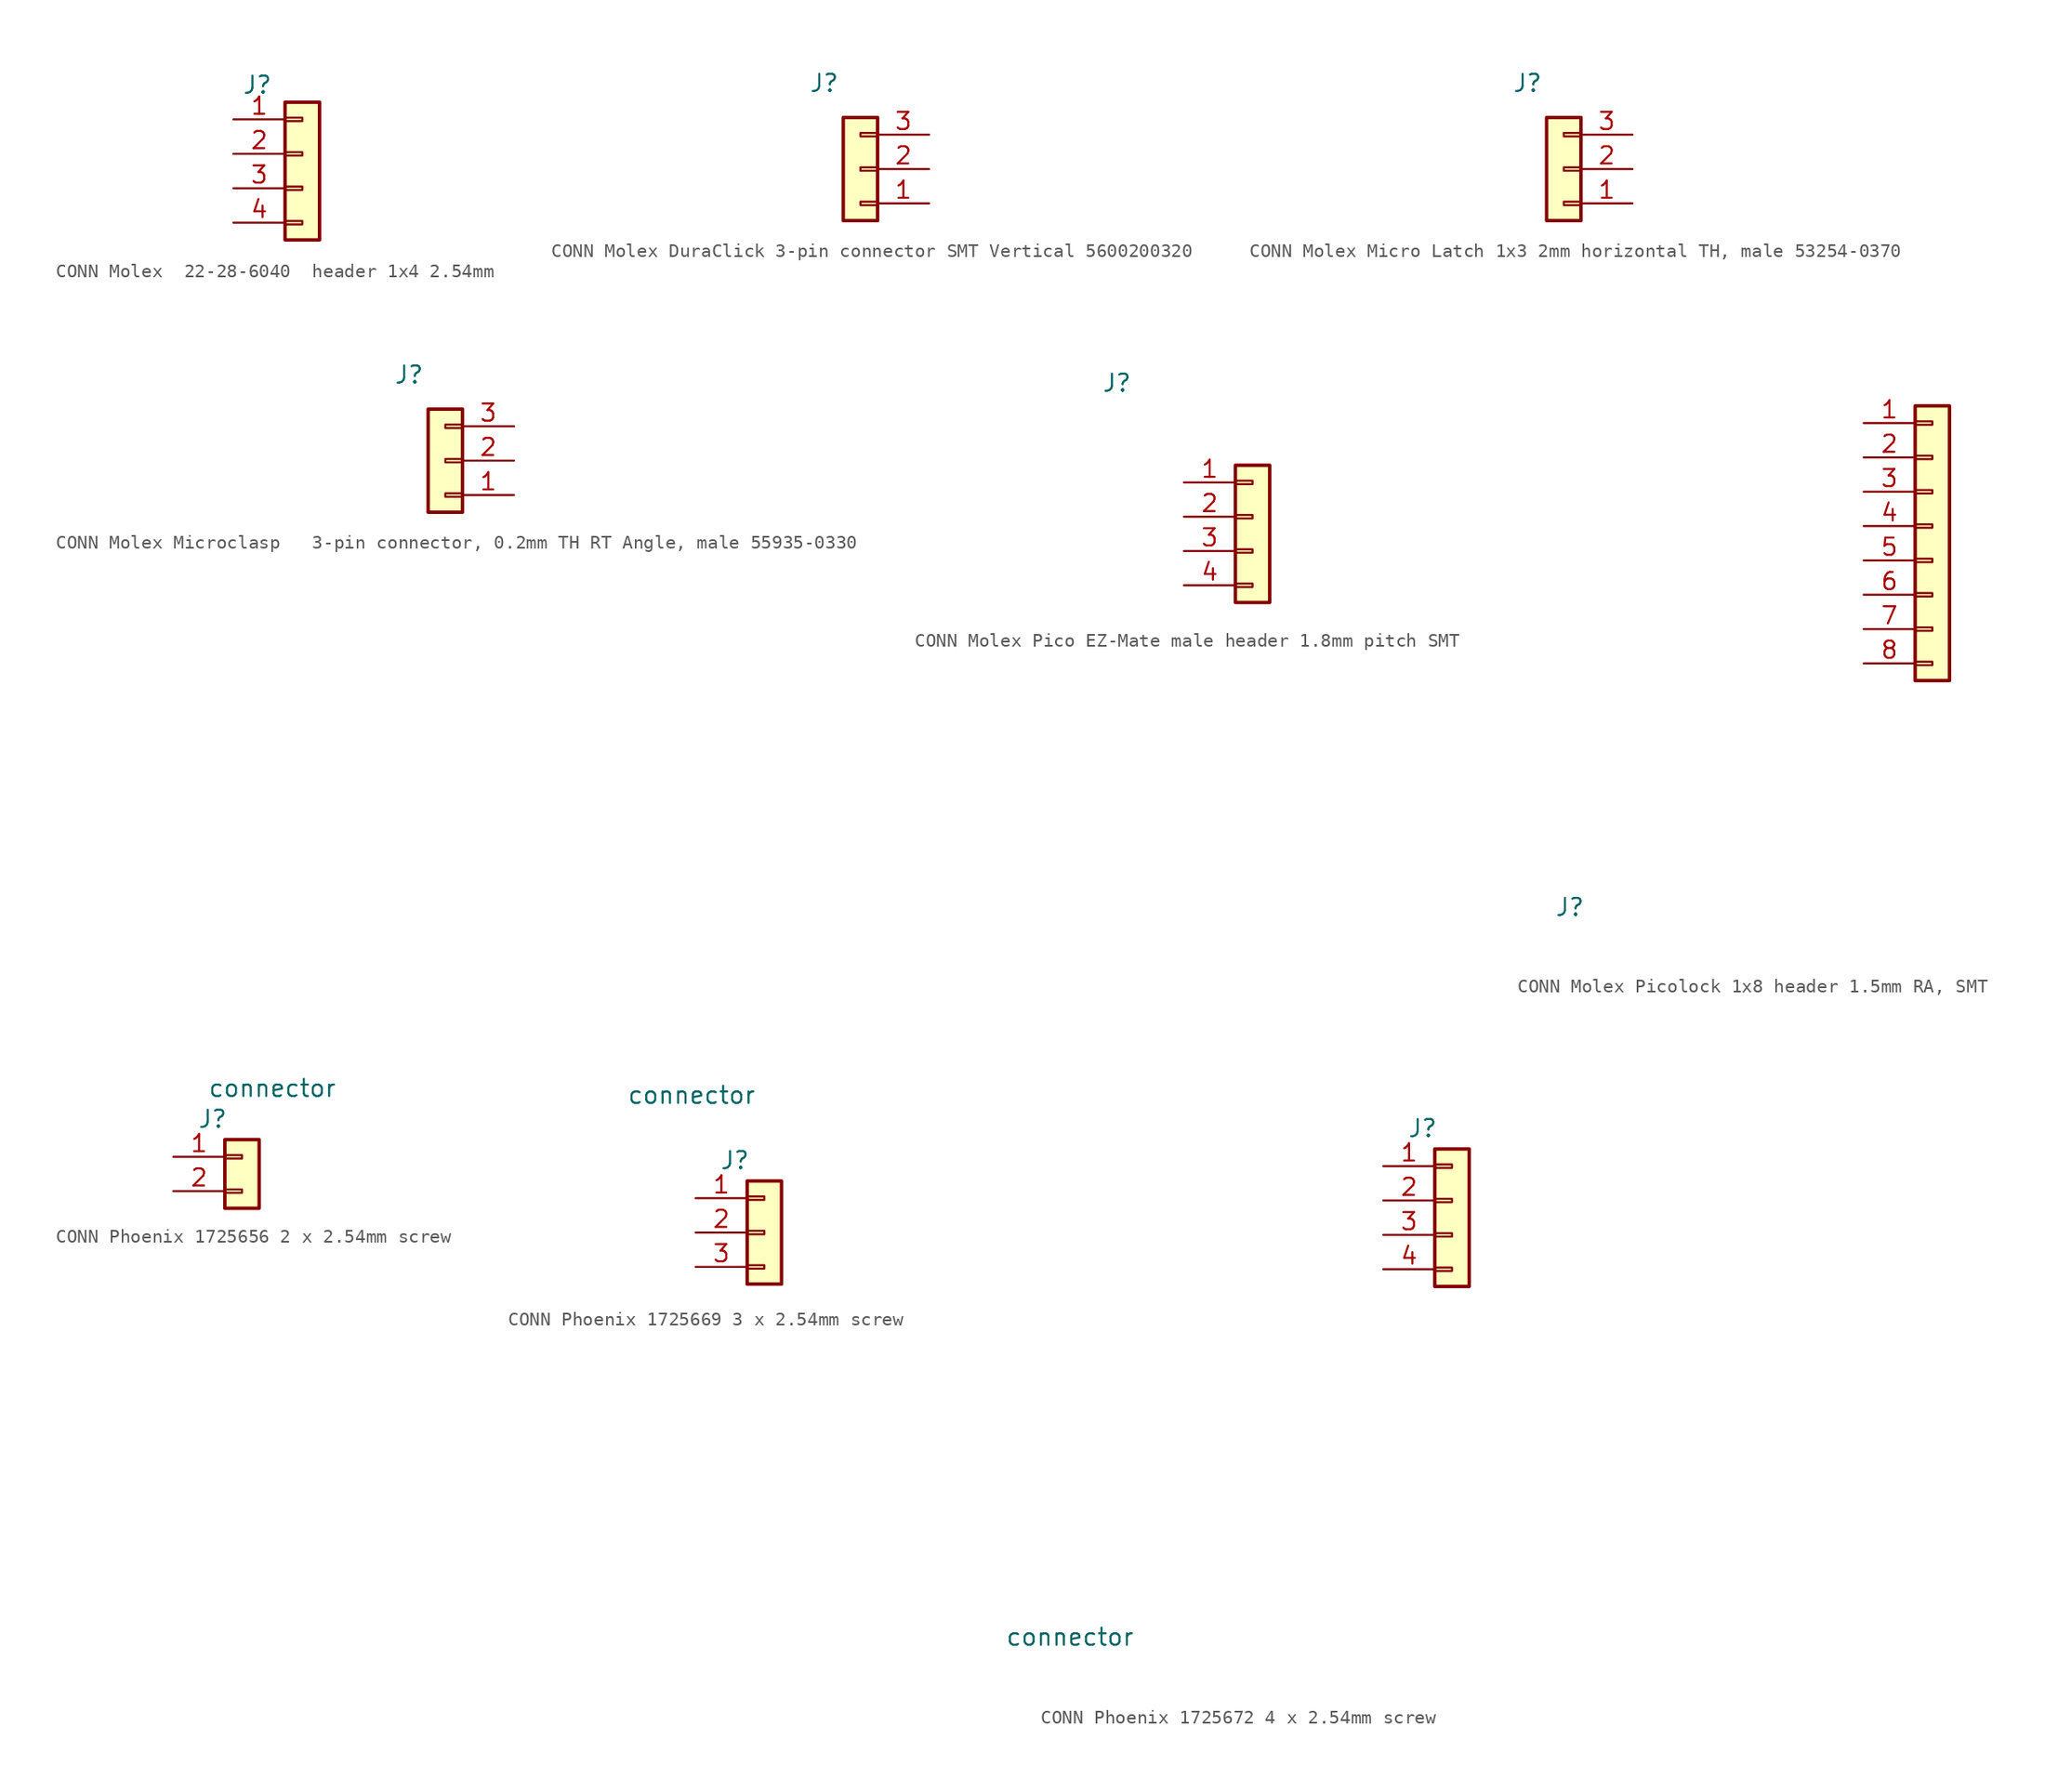
<source format=kicad_sym>
(kicad_symbol_lib
  (version 20241209)
  (generator "kicad_symbol_editor")
  (generator_version "9.0")
  (symbol "CONN Molex  22-28-6040  header 1x4 2.54mm"
    (pin_names
      (offset 0)
      (hide yes))
    (property "Reference" "J"
      (at 0.635 2.54 0)
      (effects (font (size 1.27 1.27)) (justify left)))
    (symbol "CONN Molex  22-28-6040  header 1x4 2.54mm_1_1"
      (rectangle (start 3.81 1.27) (end 6.35 -8.89) (stroke (width 0.254) (type default)) (fill (type background)))
      (rectangle (start 3.81 0.127) (end 5.08 -0.127) (stroke (width 0.152) (type default)) (fill (type none)))
      (rectangle (start 3.81 -2.413) (end 5.08 -2.667) (stroke (width 0.152) (type default)) (fill (type none)))
      (rectangle (start 3.81 -4.953) (end 5.08 -5.207) (stroke (width 0.152) (type default)) (fill (type none)))
      (rectangle (start 3.81 -7.493) (end 5.08 -7.747) (stroke (width 0.152) (type default)) (fill (type none)))
      (pin passive line (at 0 0 0) (length 3.81) (name "Pin_1" (effects (font (size 1.27 1.27)))) (number "1" (effects (font (size 1.27 1.27)))))
      (pin passive line (at 0 -2.54 0) (length 3.81) (name "Pin_2" (effects (font (size 1.27 1.27)))) (number "2" (effects (font (size 1.27 1.27)))))
      (pin passive line (at 0 -5.08 0) (length 3.81) (name "Pin_3" (effects (font (size 1.27 1.27)))) (number "3" (effects (font (size 1.27 1.27)))))
      (pin passive line (at 0 -7.62 0) (length 3.81) (name "Pin_4" (effects (font (size 1.27 1.27)))) (number "4" (effects (font (size 1.27 1.27)))))))
  (symbol "CONN Molex DuraClick 3-pin connector SMT Vertical 5600200320"
    (pin_names
      (offset 0)
      (hide yes))
    (property "Reference" "J"
      (at -5.08 6.35 0)
      (effects (font (size 1.27 1.27)) (justify left)))
    (symbol "CONN Molex DuraClick 3-pin connector SMT Vertical 5600200320_1_1"
      (rectangle (start 0 2.413) (end -1.27 2.667) (stroke (width 0.152) (type default)) (fill (type none)))
      (rectangle (start 0 -0.127) (end -1.27 0.127) (stroke (width 0.152) (type default)) (fill (type none)))
      (rectangle (start 0 -2.667) (end -1.27 -2.413) (stroke (width 0.152) (type default)) (fill (type none)))
      (rectangle (start 0 -3.81) (end -2.54 3.81) (stroke (width 0.254) (type default)) (fill (type background)))
      (pin passive line (at 3.81 2.54 180) (length 3.81) (name "Pin_3" (effects (font (size 1.27 1.27)))) (number "3" (effects (font (size 1.27 1.27)))))
      (pin passive line (at 3.81 0 180) (length 3.81) (name "Pin_2" (effects (font (size 1.27 1.27)))) (number "2" (effects (font (size 1.27 1.27)))))
      (pin passive line (at 3.81 -2.54 180) (length 3.81) (name "Pin_1" (effects (font (size 1.27 1.27)))) (number "1" (effects (font (size 1.27 1.27)))))))
  (symbol "CONN Molex Micro Latch 1x3 2mm horizontal TH, male 53254-0370"
    (pin_names
      (offset 0)
      (hide yes))
    (property "Reference" "J"
      (at -5.08 6.35 0)
      (effects (font (size 1.27 1.27)) (justify left)))
    (symbol "CONN Molex Micro Latch 1x3 2mm horizontal TH, male 53254-0370_1_1"
      (rectangle (start 0 2.413) (end -1.27 2.667) (stroke (width 0.152) (type default)) (fill (type none)))
      (rectangle (start 0 -0.127) (end -1.27 0.127) (stroke (width 0.152) (type default)) (fill (type none)))
      (rectangle (start 0 -2.667) (end -1.27 -2.413) (stroke (width 0.152) (type default)) (fill (type none)))
      (rectangle (start 0 -3.81) (end -2.54 3.81) (stroke (width 0.254) (type default)) (fill (type background)))
      (pin passive line (at 3.81 2.54 180) (length 3.81) (name "Pin_3" (effects (font (size 1.27 1.27)))) (number "3" (effects (font (size 1.27 1.27)))))
      (pin passive line (at 3.81 0 180) (length 3.81) (name "Pin_2" (effects (font (size 1.27 1.27)))) (number "2" (effects (font (size 1.27 1.27)))))
      (pin passive line (at 3.81 -2.54 180) (length 3.81) (name "Pin_1" (effects (font (size 1.27 1.27)))) (number "1" (effects (font (size 1.27 1.27)))))))
  (symbol "CONN Molex Microclasp   3-pin connector, 0.2mm TH RT Angle, male 55935-0330"
    (pin_names
      (offset 0)
      (hide yes))
    (property "Reference" "J"
      (at -5.08 6.35 0)
      (effects (font (size 1.27 1.27)) (justify left)))
    (symbol "CONN Molex Microclasp   3-pin connector, 0.2mm TH RT Angle, male 55935-0330_1_1"
      (rectangle (start 0 2.413) (end -1.27 2.667) (stroke (width 0.152) (type default)) (fill (type none)))
      (rectangle (start 0 -0.127) (end -1.27 0.127) (stroke (width 0.152) (type default)) (fill (type none)))
      (rectangle (start 0 -2.667) (end -1.27 -2.413) (stroke (width 0.152) (type default)) (fill (type none)))
      (rectangle (start 0 -3.81) (end -2.54 3.81) (stroke (width 0.254) (type default)) (fill (type background)))
      (pin passive line (at 3.81 2.54 180) (length 3.81) (name "Pin_3" (effects (font (size 1.27 1.27)))) (number "3" (effects (font (size 1.27 1.27)))))
      (pin passive line (at 3.81 0 180) (length 3.81) (name "Pin_2" (effects (font (size 1.27 1.27)))) (number "2" (effects (font (size 1.27 1.27)))))
      (pin passive line (at 3.81 -2.54 180) (length 3.81) (name "Pin_1" (effects (font (size 1.27 1.27)))) (number "1" (effects (font (size 1.27 1.27)))))))
  (symbol "CONN Molex Pico EZ-Mate male header 1.8mm pitch SMT"
    (pin_names
      (offset 0)
      (hide yes))
    (property "Reference" "J"
      (at -9.906 11.176 0)
      (effects (font (size 1.27 1.27)) (justify left)))
    (symbol "CONN Molex Pico EZ-Mate male header 1.8mm pitch SMT_1_1"
      (rectangle (start 0 5.08) (end 2.54 -5.08) (stroke (width 0.254) (type default)) (fill (type background)))
      (rectangle (start 0 3.937) (end 1.27 3.683) (stroke (width 0.152) (type default)) (fill (type none)))
      (rectangle (start 0 1.397) (end 1.27 1.143) (stroke (width 0.152) (type default)) (fill (type none)))
      (rectangle (start 0 -1.143) (end 1.27 -1.397) (stroke (width 0.152) (type default)) (fill (type none)))
      (rectangle (start 0 -3.683) (end 1.27 -3.937) (stroke (width 0.152) (type default)) (fill (type none)))
      (pin passive line (at -3.81 3.81 0) (length 3.81) (name "Pin_1" (effects (font (size 1.27 1.27)))) (number "1" (effects (font (size 1.27 1.27)))))
      (pin passive line (at -3.81 1.27 0) (length 3.81) (name "Pin_2" (effects (font (size 1.27 1.27)))) (number "2" (effects (font (size 1.27 1.27)))))
      (pin passive line (at -3.81 -1.27 0) (length 3.81) (name "Pin_3" (effects (font (size 1.27 1.27)))) (number "3" (effects (font (size 1.27 1.27)))))
      (pin passive line (at -3.81 -3.81 0) (length 3.81) (name "Pin_4" (effects (font (size 1.27 1.27)))) (number "4" (effects (font (size 1.27 1.27)))))))
  (symbol "CONN Molex Picolock 1x8 header 1.5mm RA, SMT"
    (pin_names
      (offset 0)
      (hide yes))
    (property "Reference" "J"
      (at -26.67 -28.194 0)
      (effects (font (size 1.27 1.27)) (justify left)))
    (symbol "CONN Molex Picolock 1x8 header 1.5mm RA, SMT_1_1"
      (rectangle (start 0 8.89) (end 2.54 -11.43) (stroke (width 0.254) (type default)) (fill (type background)))
      (rectangle (start 0 7.747) (end 1.27 7.493) (stroke (width 0.152) (type default)) (fill (type none)))
      (rectangle (start 0 5.207) (end 1.27 4.953) (stroke (width 0.152) (type default)) (fill (type none)))
      (rectangle (start 0 2.667) (end 1.27 2.413) (stroke (width 0.152) (type default)) (fill (type none)))
      (rectangle (start 0 0.127) (end 1.27 -0.127) (stroke (width 0.152) (type default)) (fill (type none)))
      (rectangle (start 0 -2.413) (end 1.27 -2.667) (stroke (width 0.152) (type default)) (fill (type none)))
      (rectangle (start 0 -4.953) (end 1.27 -5.207) (stroke (width 0.152) (type default)) (fill (type none)))
      (rectangle (start 0 -7.493) (end 1.27 -7.747) (stroke (width 0.152) (type default)) (fill (type none)))
      (rectangle (start 0 -10.033) (end 1.27 -10.287) (stroke (width 0.152) (type default)) (fill (type none)))
      (pin passive line (at -3.81 7.62 0) (length 3.81) (name "Pin_1" (effects (font (size 1.27 1.27)))) (number "1" (effects (font (size 1.27 1.27)))))
      (pin passive line (at -3.81 5.08 0) (length 3.81) (name "Pin_2" (effects (font (size 1.27 1.27)))) (number "2" (effects (font (size 1.27 1.27)))))
      (pin passive line (at -3.81 2.54 0) (length 3.81) (name "Pin_3" (effects (font (size 1.27 1.27)))) (number "3" (effects (font (size 1.27 1.27)))))
      (pin passive line (at -3.81 0 0) (length 3.81) (name "Pin_4" (effects (font (size 1.27 1.27)))) (number "4" (effects (font (size 1.27 1.27)))))
      (pin passive line (at -3.81 -2.54 0) (length 3.81) (name "Pin_5" (effects (font (size 1.27 1.27)))) (number "5" (effects (font (size 1.27 1.27)))))
      (pin passive line (at -3.81 -5.08 0) (length 3.81) (name "Pin_6" (effects (font (size 1.27 1.27)))) (number "6" (effects (font (size 1.27 1.27)))))
      (pin passive line (at -3.81 -7.62 0) (length 3.81) (name "Pin_7" (effects (font (size 1.27 1.27)))) (number "7" (effects (font (size 1.27 1.27)))))
      (pin passive line (at -3.81 -10.16 0) (length 3.81) (name "Pin_8" (effects (font (size 1.27 1.27)))) (number "8" (effects (font (size 1.27 1.27)))))))
  (symbol "CONN Phoenix 1725656 2 x 2.54mm screw"
    (pin_names
      (offset 0)
      (hide yes))
    (property "Reference" "J"
      (at 1.778 2.794 0)
      (effects (font (size 1.27 1.27)) (justify left)))
    (property "Value" "connector"
      (at 2.54 5.08 0)
      (effects (font (size 1.27 1.27)) (justify left)))
    (symbol "CONN Phoenix 1725656 2 x 2.54mm screw_1_1"
      (rectangle (start 3.81 1.27) (end 6.35 -3.81) (stroke (width 0.254) (type default)) (fill (type background)))
      (rectangle (start 3.81 0.127) (end 5.08 -0.127) (stroke (width 0.152) (type default)) (fill (type none)))
      (rectangle (start 3.81 -2.413) (end 5.08 -2.667) (stroke (width 0.152) (type default)) (fill (type none)))
      (pin passive line (at 0 0 0) (length 3.81) (name "Pin_1" (effects (font (size 1.27 1.27)))) (number "1" (effects (font (size 1.27 1.27)))))
      (pin passive line (at 0 -2.54 0) (length 3.81) (name "Pin_2" (effects (font (size 1.27 1.27)))) (number "2" (effects (font (size 1.27 1.27)))))))
  (symbol "CONN Phoenix 1725669 3 x 2.54mm screw"
    (pin_names
      (offset 0)
      (hide yes))
    (property "Reference" "J"
      (at 1.778 2.794 0)
      (effects (font (size 1.27 1.27)) (justify left)))
    (property "Value" "connector"
      (at -5.08 7.62 0)
      (effects (font (size 1.27 1.27)) (justify left)))
    (symbol "CONN Phoenix 1725669 3 x 2.54mm screw_1_1"
      (rectangle (start 3.81 1.27) (end 6.35 -6.35) (stroke (width 0.254) (type default)) (fill (type background)))
      (rectangle (start 3.81 0.127) (end 5.08 -0.127) (stroke (width 0.152) (type default)) (fill (type none)))
      (rectangle (start 3.81 -2.413) (end 5.08 -2.667) (stroke (width 0.152) (type default)) (fill (type none)))
      (rectangle (start 3.81 -4.953) (end 5.08 -5.207) (stroke (width 0.152) (type default)) (fill (type none)))
      (pin passive line (at 0 0 0) (length 3.81) (name "Pin_1" (effects (font (size 1.27 1.27)))) (number "1" (effects (font (size 1.27 1.27)))))
      (pin passive line (at 0 -2.54 0) (length 3.81) (name "Pin_2" (effects (font (size 1.27 1.27)))) (number "2" (effects (font (size 1.27 1.27)))))
      (pin passive line (at 0 -5.08 0) (length 3.81) (name "Pin_3" (effects (font (size 1.27 1.27)))) (number "3" (effects (font (size 1.27 1.27)))))))
  (symbol "CONN Phoenix 1725672 4 x 2.54mm screw"
    (pin_names
      (offset 0)
      (hide yes))
    (property "Reference" "J"
      (at 1.778 2.794 0)
      (effects (font (size 1.27 1.27)) (justify left)))
    (property "Value" "connector"
      (at -27.94 -34.798 0)
      (effects (font (size 1.27 1.27)) (justify left)))
    (symbol "CONN Phoenix 1725672 4 x 2.54mm screw_1_1"
      (rectangle (start 3.81 1.27) (end 6.35 -8.89) (stroke (width 0.254) (type default)) (fill (type background)))
      (rectangle (start 3.81 0.127) (end 5.08 -0.127) (stroke (width 0.152) (type default)) (fill (type none)))
      (rectangle (start 3.81 -2.413) (end 5.08 -2.667) (stroke (width 0.152) (type default)) (fill (type none)))
      (rectangle (start 3.81 -4.953) (end 5.08 -5.207) (stroke (width 0.152) (type default)) (fill (type none)))
      (rectangle (start 3.81 -7.493) (end 5.08 -7.747) (stroke (width 0.152) (type default)) (fill (type none)))
      (pin passive line (at 0 0 0) (length 3.81) (name "Pin_1" (effects (font (size 1.27 1.27)))) (number "1" (effects (font (size 1.27 1.27)))))
      (pin passive line (at 0 -2.54 0) (length 3.81) (name "Pin_2" (effects (font (size 1.27 1.27)))) (number "2" (effects (font (size 1.27 1.27)))))
      (pin passive line (at 0 -5.08 0) (length 3.81) (name "Pin_3" (effects (font (size 1.27 1.27)))) (number "3" (effects (font (size 1.27 1.27)))))
      (pin passive line (at 0 -7.62 0) (length 3.81) (name "Pin_4" (effects (font (size 1.27 1.27)))) (number "4" (effects (font (size 1.27 1.27))))))))
</source>
